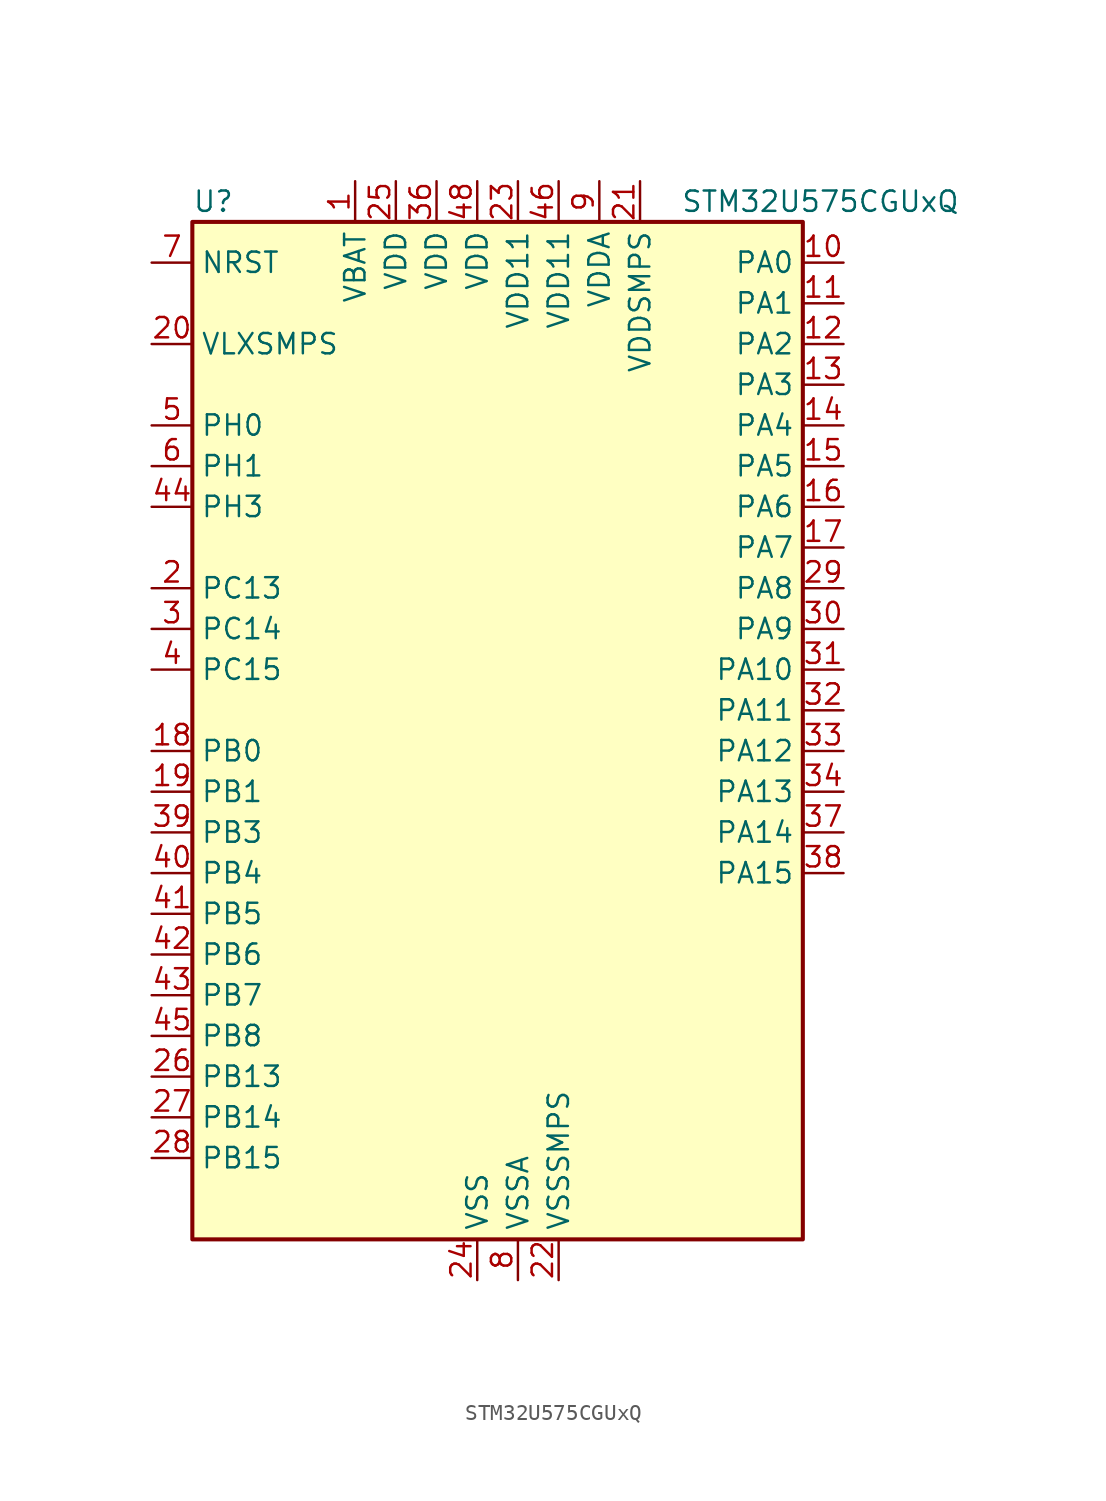
<source format=kicad_sym>
(kicad_symbol_lib
  (version 20211014)
  (generator kicad-library-utils)
  (symbol "STM32U575CGUxQ"
    (property "Reference" "U"
      (at -17.78 34.29 0)
      (effects (font (size 1.27 1.27)) (justify left)))
    (property "Value" "STM32U575CGUxQ"
      (at 12.7 34.29 0)
      (effects (font (size 1.27 1.27)) (justify left)))
    (property "ki_fp_filters" "QFN*1EP*7x7mm*P0.5mm*"
      (at 0.0 0.0 0.0)
      (effects (font (size 1.27 1.27))))
    (symbol "STM32U575CGUxQ_0_1"
      (rectangle (start -17.78 -30.48) (end 20.32 33.02) (stroke (width 0.254)) (fill (type background))))
    (symbol "STM32U575CGUxQ_1_1"
      (pin input line (at -20.32 30.48 0) (length 2.54) (name "NRST" (effects (font (size 1.27 1.27)))) (number "7" (effects (font (size 1.27 1.27)))))
      (pin power_in line (at -20.32 25.4 0) (length 2.54) (name "VLXSMPS" (effects (font (size 1.27 1.27)))) (number "20" (effects (font (size 1.27 1.27)))))
      (pin bidirectional line (at -20.32 20.32 0) (length 2.54) (name "PH0" (effects (font (size 1.27 1.27)))) (number "5" (effects (font (size 1.27 1.27)))) (alternate "RCC_OSC_IN" bidirectional line))
      (pin bidirectional line (at -20.32 17.78 0) (length 2.54) (name "PH1" (effects (font (size 1.27 1.27)))) (number "6" (effects (font (size 1.27 1.27)))) (alternate "RCC_OSC_OUT" bidirectional line))
      (pin bidirectional line (at -20.32 15.24 0) (length 2.54) (name "PH3" (effects (font (size 1.27 1.27)))) (number "44" (effects (font (size 1.27 1.27)))))
      (pin bidirectional line (at -20.32 10.16 0) (length 2.54) (name "PC13" (effects (font (size 1.27 1.27)))) (number "2" (effects (font (size 1.27 1.27)))) (alternate "PWR_WKUP2" bidirectional line) (alternate "RTC_OUT1" bidirectional line) (alternate "RTC_TS" bidirectional line) (alternate "TAMP_IN1" bidirectional line) (alternate "TAMP_OUT2" bidirectional line))
      (pin bidirectional line (at -20.32 7.62 0) (length 2.54) (name "PC14" (effects (font (size 1.27 1.27)))) (number "3" (effects (font (size 1.27 1.27)))) (alternate "RCC_OSC32_IN" bidirectional line))
      (pin bidirectional line (at -20.32 5.08 0) (length 2.54) (name "PC15" (effects (font (size 1.27 1.27)))) (number "4" (effects (font (size 1.27 1.27)))) (alternate "ADC1_EXTI15" bidirectional line) (alternate "ADC4_EXTI15" bidirectional line) (alternate "RCC_OSC32_OUT" bidirectional line))
      (pin bidirectional line (at -20.32 0.0 0) (length 2.54) (name "PB0" (effects (font (size 1.27 1.27)))) (number "18" (effects (font (size 1.27 1.27)))) (alternate "ADC1_IN15" bidirectional line) (alternate "ADC4_IN18" bidirectional line) (alternate "AUDIOCLK" bidirectional line) (alternate "COMP1_OUT" bidirectional line) (alternate "LPTIM3_CH1" bidirectional line) (alternate "OCTOSPIM_P1_IO1" bidirectional line) (alternate "OPAMP2_VOUT" bidirectional line) (alternate "SPI1_NSS" bidirectional line) (alternate "TIM1_CH2N" bidirectional line) (alternate "TIM3_CH3" bidirectional line) (alternate "TIM8_CH2N" bidirectional line) (alternate "USART3_CK" bidirectional line))
      (pin bidirectional line (at -20.32 -2.54 0) (length 2.54) (name "PB1" (effects (font (size 1.27 1.27)))) (number "19" (effects (font (size 1.27 1.27)))) (alternate "ADC1_IN16" bidirectional line) (alternate "ADC4_IN19" bidirectional line) (alternate "COMP1_INM" bidirectional line) (alternate "LPTIM2_IN1" bidirectional line) (alternate "LPTIM3_CH2" bidirectional line) (alternate "LPUART1_DE" bidirectional line) (alternate "LPUART1_RTS" bidirectional line) (alternate "MDF1_SDI0" bidirectional line) (alternate "OCTOSPIM_P1_IO0" bidirectional line) (alternate "PWR_WKUP4" bidirectional line) (alternate "TIM1_CH3N" bidirectional line) (alternate "TIM3_CH4" bidirectional line) (alternate "TIM8_CH3N" bidirectional line) (alternate "USART3_DE" bidirectional line) (alternate "USART3_RTS" bidirectional line))
      (pin bidirectional line (at -20.32 -5.08 0) (length 2.54) (name "PB3" (effects (font (size 1.27 1.27)))) (number "39" (effects (font (size 1.27 1.27)))) (alternate "ADF1_CCK0" bidirectional line) (alternate "COMP2_INM" bidirectional line) (alternate "CRS_SYNC" bidirectional line) (alternate "DEBUG_JTDO-SWO" bidirectional line) (alternate "I2C1_SDA" bidirectional line) (alternate "LPTIM1_CH1" bidirectional line) (alternate "SAI1_SCK_B" bidirectional line) (alternate "SPI1_SCK" bidirectional line) (alternate "SPI3_SCK" bidirectional line) (alternate "TIM2_CH2" bidirectional line) (alternate "USART1_DE" bidirectional line) (alternate "USART1_RTS" bidirectional line))
      (pin bidirectional line (at -20.32 -7.62 0) (length 2.54) (name "PB4" (effects (font (size 1.27 1.27)))) (number "40" (effects (font (size 1.27 1.27)))) (alternate "ADF1_SDI0" bidirectional line) (alternate "COMP2_INP" bidirectional line) (alternate "DEBUG_JTRST" bidirectional line) (alternate "I2C3_SDA" bidirectional line) (alternate "LPTIM1_CH2" bidirectional line) (alternate "SAI1_MCLK_B" bidirectional line) (alternate "SPI1_MISO" bidirectional line) (alternate "SPI3_MISO" bidirectional line) (alternate "TIM17_BKIN" bidirectional line) (alternate "TIM3_CH1" bidirectional line) (alternate "TSC_G2_IO1" bidirectional line) (alternate "USART1_CTS" bidirectional line))
      (pin bidirectional line (at -20.32 -10.16 0) (length 2.54) (name "PB5" (effects (font (size 1.27 1.27)))) (number "41" (effects (font (size 1.27 1.27)))) (alternate "COMP2_OUT" bidirectional line) (alternate "I2C1_SMBA" bidirectional line) (alternate "LPTIM1_IN1" bidirectional line) (alternate "OCTOSPIM_P1_NCLK" bidirectional line) (alternate "PWR_WKUP6" bidirectional line) (alternate "SAI1_SD_B" bidirectional line) (alternate "SPI1_MOSI" bidirectional line) (alternate "SPI3_MOSI" bidirectional line) (alternate "TIM16_BKIN" bidirectional line) (alternate "TIM3_CH2" bidirectional line) (alternate "TSC_G2_IO2" bidirectional line) (alternate "UCPD1_DBCC1" bidirectional line) (alternate "USART1_CK" bidirectional line))
      (pin bidirectional line (at -20.32 -12.7 0) (length 2.54) (name "PB6" (effects (font (size 1.27 1.27)))) (number "42" (effects (font (size 1.27 1.27)))) (alternate "COMP2_INP" bidirectional line) (alternate "I2C1_SCL" bidirectional line) (alternate "I2C4_SCL" bidirectional line) (alternate "LPTIM1_ETR" bidirectional line) (alternate "MDF1_SDI5" bidirectional line) (alternate "PWR_WKUP3" bidirectional line) (alternate "SAI1_FS_B" bidirectional line) (alternate "TIM16_CH1N" bidirectional line) (alternate "TIM4_CH1" bidirectional line) (alternate "TIM8_BKIN2" bidirectional line) (alternate "TSC_G2_IO3" bidirectional line) (alternate "USART1_TX" bidirectional line))
      (pin bidirectional line (at -20.32 -15.24 0) (length 2.54) (name "PB7" (effects (font (size 1.27 1.27)))) (number "43" (effects (font (size 1.27 1.27)))) (alternate "COMP2_INM" bidirectional line) (alternate "I2C1_SDA" bidirectional line) (alternate "I2C4_SDA" bidirectional line) (alternate "LPTIM1_IN2" bidirectional line) (alternate "MDF1_CKI5" bidirectional line) (alternate "PWR_PVD_IN" bidirectional line) (alternate "PWR_WKUP4" bidirectional line) (alternate "TIM17_CH1N" bidirectional line) (alternate "TIM4_CH2" bidirectional line) (alternate "TIM8_BKIN" bidirectional line) (alternate "TSC_G2_IO4" bidirectional line) (alternate "UART4_CTS" bidirectional line) (alternate "USART1_RX" bidirectional line))
      (pin bidirectional line (at -20.32 -17.78 0) (length 2.54) (name "PB8" (effects (font (size 1.27 1.27)))) (number "45" (effects (font (size 1.27 1.27)))) (alternate "FDCAN1_RX" bidirectional line) (alternate "I2C1_SCL" bidirectional line) (alternate "MDF1_CCK0" bidirectional line) (alternate "PWR_WKUP5" bidirectional line) (alternate "SAI1_CK1" bidirectional line) (alternate "SAI1_MCLK_A" bidirectional line) (alternate "SPI3_RDY" bidirectional line) (alternate "TIM16_CH1" bidirectional line) (alternate "TIM4_CH3" bidirectional line))
      (pin bidirectional line (at -20.32 -20.32 0) (length 2.54) (name "PB13" (effects (font (size 1.27 1.27)))) (number "26" (effects (font (size 1.27 1.27)))) (alternate "I2C2_SCL" bidirectional line) (alternate "LPTIM3_IN1" bidirectional line) (alternate "LPUART1_CTS" bidirectional line) (alternate "MDF1_CKI1" bidirectional line) (alternate "SPI2_SCK" bidirectional line) (alternate "TIM15_CH1N" bidirectional line) (alternate "TIM1_CH1N" bidirectional line) (alternate "TSC_G1_IO2" bidirectional line) (alternate "USART3_CTS" bidirectional line))
      (pin bidirectional line (at -20.32 -22.86 0) (length 2.54) (name "PB14" (effects (font (size 1.27 1.27)))) (number "27" (effects (font (size 1.27 1.27)))) (alternate "I2C2_SDA" bidirectional line) (alternate "LPTIM3_ETR" bidirectional line) (alternate "MDF1_SDI2" bidirectional line) (alternate "SPI2_MISO" bidirectional line) (alternate "TIM15_CH1" bidirectional line) (alternate "TIM1_CH2N" bidirectional line) (alternate "TIM8_CH2N" bidirectional line) (alternate "TSC_G1_IO3" bidirectional line) (alternate "UCPD1_DBCC2" bidirectional line) (alternate "USART3_DE" bidirectional line) (alternate "USART3_RTS" bidirectional line))
      (pin bidirectional line (at -20.32 -25.4 0) (length 2.54) (name "PB15" (effects (font (size 1.27 1.27)))) (number "28" (effects (font (size 1.27 1.27)))) (alternate "ADC1_EXTI15" bidirectional line) (alternate "ADC4_EXTI15" bidirectional line) (alternate "LPTIM2_IN2" bidirectional line) (alternate "MDF1_CKI2" bidirectional line) (alternate "PWR_WKUP7" bidirectional line) (alternate "RTC_REFIN" bidirectional line) (alternate "SPI2_MOSI" bidirectional line) (alternate "TIM15_CH2" bidirectional line) (alternate "TIM1_CH3N" bidirectional line) (alternate "TIM8_CH3N" bidirectional line) (alternate "UCPD1_CC2" bidirectional line))
      (pin bidirectional line (at 22.86 30.48 180) (length 2.54) (name "PA0" (effects (font (size 1.27 1.27)))) (number "10" (effects (font (size 1.27 1.27)))) (alternate "ADC1_IN5" bidirectional line) (alternate "AUDIOCLK" bidirectional line) (alternate "OCTOSPIM_P2_NCS" bidirectional line) (alternate "OPAMP1_VINP" bidirectional line) (alternate "PWR_WKUP1" bidirectional line) (alternate "SPI3_RDY" bidirectional line) (alternate "TAMP_IN2" bidirectional line) (alternate "TAMP_OUT1" bidirectional line) (alternate "TIM2_CH1" bidirectional line) (alternate "TIM2_ETR" bidirectional line) (alternate "TIM5_CH1" bidirectional line) (alternate "TIM8_ETR" bidirectional line) (alternate "UART4_TX" bidirectional line) (alternate "USART2_CTS" bidirectional line))
      (pin bidirectional line (at 22.86 27.94 180) (length 2.54) (name "PA1" (effects (font (size 1.27 1.27)))) (number "11" (effects (font (size 1.27 1.27)))) (alternate "ADC1_IN6" bidirectional line) (alternate "I2C1_SMBA" bidirectional line) (alternate "LPTIM1_CH2" bidirectional line) (alternate "OCTOSPIM_P1_DQS" bidirectional line) (alternate "OPAMP1_VINM" bidirectional line) (alternate "PWR_WKUP3" bidirectional line) (alternate "SPI1_SCK" bidirectional line) (alternate "TAMP_IN5" bidirectional line) (alternate "TAMP_OUT4" bidirectional line) (alternate "TIM15_CH1N" bidirectional line) (alternate "TIM2_CH2" bidirectional line) (alternate "TIM5_CH2" bidirectional line) (alternate "UART4_RX" bidirectional line) (alternate "USART2_DE" bidirectional line) (alternate "USART2_RTS" bidirectional line))
      (pin bidirectional line (at 22.86 25.4 180) (length 2.54) (name "PA2" (effects (font (size 1.27 1.27)))) (number "12" (effects (font (size 1.27 1.27)))) (alternate "ADC1_IN7" bidirectional line) (alternate "COMP1_INP" bidirectional line) (alternate "LPUART1_TX" bidirectional line) (alternate "OCTOSPIM_P1_NCS" bidirectional line) (alternate "PWR_WKUP4" bidirectional line) (alternate "RCC_LSCO" bidirectional line) (alternate "SPI1_RDY" bidirectional line) (alternate "TIM15_CH1" bidirectional line) (alternate "TIM2_CH3" bidirectional line) (alternate "TIM5_CH3" bidirectional line) (alternate "UCPD1_FRSTX1" bidirectional line) (alternate "USART2_TX" bidirectional line))
      (pin bidirectional line (at 22.86 22.86 180) (length 2.54) (name "PA3" (effects (font (size 1.27 1.27)))) (number "13" (effects (font (size 1.27 1.27)))) (alternate "ADC1_IN8" bidirectional line) (alternate "LPUART1_RX" bidirectional line) (alternate "OCTOSPIM_P1_CLK" bidirectional line) (alternate "OPAMP1_VOUT" bidirectional line) (alternate "PWR_WKUP5" bidirectional line) (alternate "SAI1_CK1" bidirectional line) (alternate "SAI1_MCLK_A" bidirectional line) (alternate "TIM15_CH2" bidirectional line) (alternate "TIM2_CH4" bidirectional line) (alternate "TIM5_CH4" bidirectional line) (alternate "USART2_RX" bidirectional line))
      (pin bidirectional line (at 22.86 20.32 180) (length 2.54) (name "PA4" (effects (font (size 1.27 1.27)))) (number "14" (effects (font (size 1.27 1.27)))) (alternate "ADC1_IN9" bidirectional line) (alternate "ADC4_IN9" bidirectional line) (alternate "DAC1_OUT1" bidirectional line) (alternate "LPTIM2_CH1" bidirectional line) (alternate "OCTOSPIM_P1_NCS" bidirectional line) (alternate "PWR_WKUP2" bidirectional line) (alternate "SAI1_FS_B" bidirectional line) (alternate "SPI1_NSS" bidirectional line) (alternate "SPI3_NSS" bidirectional line) (alternate "USART2_CK" bidirectional line))
      (pin bidirectional line (at 22.86 17.78 180) (length 2.54) (name "PA5" (effects (font (size 1.27 1.27)))) (number "15" (effects (font (size 1.27 1.27)))) (alternate "ADC1_IN10" bidirectional line) (alternate "ADC4_IN10" bidirectional line) (alternate "DAC1_OUT2" bidirectional line) (alternate "LPTIM2_ETR" bidirectional line) (alternate "PWR_CSLEEP" bidirectional line) (alternate "PWR_WKUP6" bidirectional line) (alternate "SPI1_SCK" bidirectional line) (alternate "TIM2_CH1" bidirectional line) (alternate "TIM2_ETR" bidirectional line) (alternate "TIM8_CH1N" bidirectional line) (alternate "USART3_RX" bidirectional line))
      (pin bidirectional line (at 22.86 15.24 180) (length 2.54) (name "PA6" (effects (font (size 1.27 1.27)))) (number "16" (effects (font (size 1.27 1.27)))) (alternate "ADC1_IN11" bidirectional line) (alternate "ADC4_IN11" bidirectional line) (alternate "LPUART1_CTS" bidirectional line) (alternate "OCTOSPIM_P1_IO3" bidirectional line) (alternate "OPAMP2_VINP" bidirectional line) (alternate "PWR_CDSTOP" bidirectional line) (alternate "PWR_WKUP7" bidirectional line) (alternate "SPI1_MISO" bidirectional line) (alternate "TIM16_CH1" bidirectional line) (alternate "TIM1_BKIN" bidirectional line) (alternate "TIM3_CH1" bidirectional line) (alternate "TIM8_BKIN" bidirectional line) (alternate "USART3_CTS" bidirectional line))
      (pin bidirectional line (at 22.86 12.7 180) (length 2.54) (name "PA7" (effects (font (size 1.27 1.27)))) (number "17" (effects (font (size 1.27 1.27)))) (alternate "ADC1_IN12" bidirectional line) (alternate "ADC4_IN20" bidirectional line) (alternate "I2C3_SCL" bidirectional line) (alternate "LPTIM2_CH2" bidirectional line) (alternate "OCTOSPIM_P1_IO2" bidirectional line) (alternate "OPAMP2_VINM" bidirectional line) (alternate "PWR_SRDSTOP" bidirectional line) (alternate "PWR_WKUP8" bidirectional line) (alternate "SPI1_MOSI" bidirectional line) (alternate "TIM17_CH1" bidirectional line) (alternate "TIM1_CH1N" bidirectional line) (alternate "TIM3_CH2" bidirectional line) (alternate "TIM8_CH1N" bidirectional line) (alternate "USART3_TX" bidirectional line))
      (pin bidirectional line (at 22.86 10.16 180) (length 2.54) (name "PA8" (effects (font (size 1.27 1.27)))) (number "29" (effects (font (size 1.27 1.27)))) (alternate "DEBUG_TRACECLK" bidirectional line) (alternate "LPTIM2_CH1" bidirectional line) (alternate "RCC_MCO" bidirectional line) (alternate "SAI1_CK2" bidirectional line) (alternate "SAI1_SCK_A" bidirectional line) (alternate "SPI1_RDY" bidirectional line) (alternate "TIM1_CH1" bidirectional line) (alternate "USART1_CK" bidirectional line) (alternate "USB_OTG_FS_SOF" bidirectional line))
      (pin bidirectional line (at 22.86 7.62 180) (length 2.54) (name "PA9" (effects (font (size 1.27 1.27)))) (number "30" (effects (font (size 1.27 1.27)))) (alternate "DAC1_EXTI9" bidirectional line) (alternate "SAI1_FS_A" bidirectional line) (alternate "SPI2_SCK" bidirectional line) (alternate "TIM15_BKIN" bidirectional line) (alternate "TIM1_CH2" bidirectional line) (alternate "USART1_TX" bidirectional line) (alternate "USB_OTG_FS_VBUS" bidirectional line))
      (pin bidirectional line (at 22.86 5.08 180) (length 2.54) (name "PA10" (effects (font (size 1.27 1.27)))) (number "31" (effects (font (size 1.27 1.27)))) (alternate "CRS_SYNC" bidirectional line) (alternate "LPTIM2_IN2" bidirectional line) (alternate "SAI1_D1" bidirectional line) (alternate "SAI1_SD_A" bidirectional line) (alternate "TIM17_BKIN" bidirectional line) (alternate "TIM1_CH3" bidirectional line) (alternate "USART1_RX" bidirectional line) (alternate "USB_OTG_FS_ID" bidirectional line))
      (pin bidirectional line (at 22.86 2.54 180) (length 2.54) (name "PA11" (effects (font (size 1.27 1.27)))) (number "32" (effects (font (size 1.27 1.27)))) (alternate "ADC1_EXTI11" bidirectional line) (alternate "FDCAN1_RX" bidirectional line) (alternate "SPI1_MISO" bidirectional line) (alternate "TIM1_BKIN2" bidirectional line) (alternate "TIM1_CH4" bidirectional line) (alternate "USART1_CTS" bidirectional line) (alternate "USB_OTG_FS_DM" bidirectional line))
      (pin bidirectional line (at 22.86 0.0 180) (length 2.54) (name "PA12" (effects (font (size 1.27 1.27)))) (number "33" (effects (font (size 1.27 1.27)))) (alternate "FDCAN1_TX" bidirectional line) (alternate "OCTOSPIM_P2_NCS" bidirectional line) (alternate "SPI1_MOSI" bidirectional line) (alternate "TIM1_ETR" bidirectional line) (alternate "USART1_DE" bidirectional line) (alternate "USART1_RTS" bidirectional line) (alternate "USB_OTG_FS_DP" bidirectional line))
      (pin bidirectional line (at 22.86 -2.54 180) (length 2.54) (name "PA13" (effects (font (size 1.27 1.27)))) (number "34" (effects (font (size 1.27 1.27)))) (alternate "DEBUG_JTMS-SWDIO" bidirectional line) (alternate "IR_OUT" bidirectional line) (alternate "SAI1_SD_B" bidirectional line) (alternate "USB_OTG_FS_NOE" bidirectional line))
      (pin bidirectional line (at 22.86 -5.08 180) (length 2.54) (name "PA14" (effects (font (size 1.27 1.27)))) (number "37" (effects (font (size 1.27 1.27)))) (alternate "DEBUG_JTCK-SWCLK" bidirectional line) (alternate "I2C1_SMBA" bidirectional line) (alternate "I2C4_SMBA" bidirectional line) (alternate "LPTIM1_CH1" bidirectional line) (alternate "SAI1_FS_B" bidirectional line) (alternate "USB_OTG_FS_SOF" bidirectional line))
      (pin bidirectional line (at 22.86 -7.62 180) (length 2.54) (name "PA15" (effects (font (size 1.27 1.27)))) (number "38" (effects (font (size 1.27 1.27)))) (alternate "ADC1_EXTI15" bidirectional line) (alternate "ADC4_EXTI15" bidirectional line) (alternate "DEBUG_JTDI" bidirectional line) (alternate "SPI1_NSS" bidirectional line) (alternate "SPI3_NSS" bidirectional line) (alternate "TIM2_CH1" bidirectional line) (alternate "TIM2_ETR" bidirectional line) (alternate "UART4_DE" bidirectional line) (alternate "UART4_RTS" bidirectional line) (alternate "UCPD1_CC1" bidirectional line) (alternate "USART2_RX" bidirectional line) (alternate "USART3_DE" bidirectional line) (alternate "USART3_RTS" bidirectional line))
      (pin power_in line (at -7.62 35.56 270) (length 2.54) (name "VBAT" (effects (font (size 1.27 1.27)))) (number "1" (effects (font (size 1.27 1.27)))))
      (pin power_in line (at -5.08 35.56 270) (length 2.54) (name "VDD" (effects (font (size 1.27 1.27)))) (number "25" (effects (font (size 1.27 1.27)))))
      (pin power_in line (at -2.54 35.56 270) (length 2.54) (name "VDD" (effects (font (size 1.27 1.27)))) (number "36" (effects (font (size 1.27 1.27)))))
      (pin power_in line (at 0.0 35.56 270) (length 2.54) (name "VDD" (effects (font (size 1.27 1.27)))) (number "48" (effects (font (size 1.27 1.27)))))
      (pin power_in line (at 2.54 35.56 270) (length 2.54) (name "VDD11" (effects (font (size 1.27 1.27)))) (number "23" (effects (font (size 1.27 1.27)))))
      (pin power_in line (at 5.08 35.56 270) (length 2.54) (name "VDD11" (effects (font (size 1.27 1.27)))) (number "46" (effects (font (size 1.27 1.27)))))
      (pin power_in line (at 7.62 35.56 270) (length 2.54) (name "VDDA" (effects (font (size 1.27 1.27)))) (number "9" (effects (font (size 1.27 1.27)))))
      (pin power_in line (at 10.16 35.56 270) (length 2.54) (name "VDDSMPS" (effects (font (size 1.27 1.27)))) (number "21" (effects (font (size 1.27 1.27)))))
      (pin power_in line (at 0.0 -33.02 90) (length 2.54) (name "VSS" (effects (font (size 1.27 1.27)))) (number "24" (effects (font (size 1.27 1.27)))))
      (pin passive line (at 0.0 -33.02 90) (length 2.54) hide (name "VSS" (effects (font (size 1.27 1.27)))) (number "35" (effects (font (size 1.27 1.27)))))
      (pin passive line (at 0.0 -33.02 90) (length 2.54) hide (name "VSS" (effects (font (size 1.27 1.27)))) (number "47" (effects (font (size 1.27 1.27)))))
      (pin passive line (at 0.0 -33.02 90) (length 2.54) hide (name "VSS" (effects (font (size 1.27 1.27)))) (number "49" (effects (font (size 1.27 1.27)))))
      (pin power_in line (at 2.54 -33.02 90) (length 2.54) (name "VSSA" (effects (font (size 1.27 1.27)))) (number "8" (effects (font (size 1.27 1.27)))))
      (pin power_in line (at 5.08 -33.02 90) (length 2.54) (name "VSSSMPS" (effects (font (size 1.27 1.27)))) (number "22" (effects (font (size 1.27 1.27))))))))
</source>
